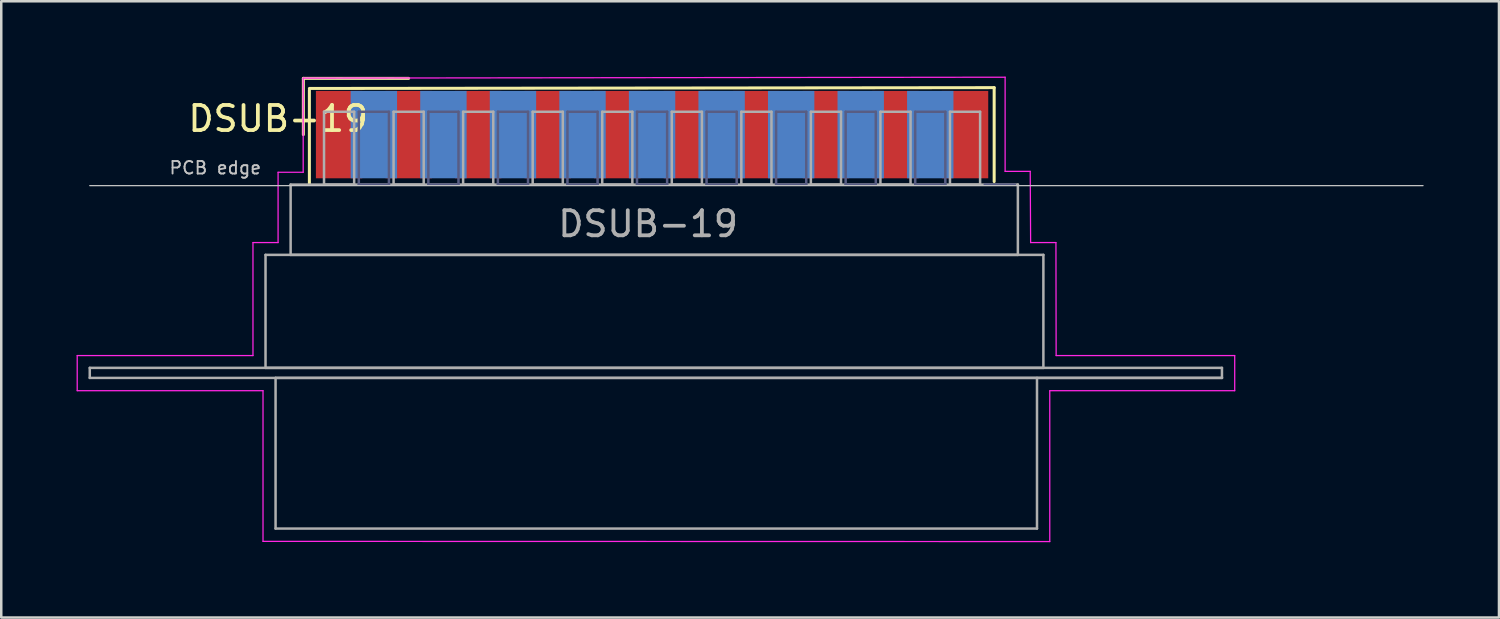
<source format=kicad_pcb>
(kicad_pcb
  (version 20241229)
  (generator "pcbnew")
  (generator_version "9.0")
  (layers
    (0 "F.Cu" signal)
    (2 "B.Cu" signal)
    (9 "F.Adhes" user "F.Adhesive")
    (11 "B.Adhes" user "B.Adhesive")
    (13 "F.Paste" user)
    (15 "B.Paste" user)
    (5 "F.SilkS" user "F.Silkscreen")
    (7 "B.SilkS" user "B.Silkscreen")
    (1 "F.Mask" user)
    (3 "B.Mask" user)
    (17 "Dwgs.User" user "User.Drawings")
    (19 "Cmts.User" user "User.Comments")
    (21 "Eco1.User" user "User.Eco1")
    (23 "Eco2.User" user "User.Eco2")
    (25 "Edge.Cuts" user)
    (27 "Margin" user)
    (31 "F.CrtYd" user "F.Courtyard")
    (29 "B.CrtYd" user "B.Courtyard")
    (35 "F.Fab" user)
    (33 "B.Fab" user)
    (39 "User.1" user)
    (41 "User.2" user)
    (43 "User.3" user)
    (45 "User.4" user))
  (footprint "DSUB-19"
    (layer "F.Cu")
    (at 27.075 2.311)
    (property "Reference" "DSUB-19" (at -19.045 -0.635 0) (layer "F.SilkS") (effects (font (size 1 1) (thickness 0.15))))
    (attr smd)
    (fp_line (start -18.043 -2.24) (end -13.85 -2.24) (stroke (width 0.12) (type solid)) (layer "F.SilkS"))
    (fp_line (start -18.043 0) (end -18.043 -2.24) (stroke (width 0.12) (type solid)) (layer "F.SilkS"))
    (fp_line (start -17.803 -1.778) (end -17.803 1.962) (stroke (width 0.12) (type solid)) (layer "F.SilkS"))
    (fp_line (start 9.47 -1.87) (end -17.803 -1.838) (stroke (width 0.12) (type solid)) (layer "F.SilkS"))
    (fp_line (start 9.47 1.87) (end 9.47 -1.87) (stroke (width 0.12) (type solid)) (layer "F.SilkS"))
    (fp_line (start -26.55 2.032) (end 26.55 2.032) (stroke (width 0.05) (type solid)) (layer "Dwgs.User"))
    (fp_line (start -27.05 8.8) (end -20.05 8.8) (stroke (width 0.05) (type solid)) (layer "F.CrtYd"))
    (fp_line (start -27.05 10.2) (end -27.05 8.8) (stroke (width 0.05) (type solid)) (layer "F.CrtYd"))
    (fp_line (start -20.05 4.3) (end -19.05 4.3) (stroke (width 0.05) (type solid)) (layer "F.CrtYd"))
    (fp_line (start -20.05 8.8) (end -20.05 4.3) (stroke (width 0.05) (type solid)) (layer "F.CrtYd"))
    (fp_line (start -19.65 10.2) (end -27.05 10.2) (stroke (width 0.05) (type solid)) (layer "F.CrtYd"))
    (fp_line (start -19.65 16.2) (end -19.65 10.2) (stroke (width 0.05) (type solid)) (layer "F.CrtYd"))
    (fp_line (start -19.05 1.5) (end -18.05 1.5) (stroke (width 0.05) (type solid)) (layer "F.CrtYd"))
    (fp_line (start -19.05 4.3) (end -19.05 1.5) (stroke (width 0.05) (type solid)) (layer "F.CrtYd"))
    (fp_line (start -18.05 -2.25) (end 9.906 -2.286) (stroke (width 0.05) (type solid)) (layer "F.CrtYd"))
    (fp_line (start -18.05 1.5) (end -18.05 -2.25) (stroke (width 0.05) (type solid)) (layer "F.CrtYd"))
    (fp_line (start 9.906 -2.286) (end 9.906 1.464) (stroke (width 0.05) (type solid)) (layer "F.CrtYd"))
    (fp_line (start 9.906 1.464) (end 10.906 1.464) (stroke (width 0.05) (type solid)) (layer "F.CrtYd"))
    (fp_line (start 10.906 1.464) (end 10.922 4.3) (stroke (width 0.05) (type solid)) (layer "F.CrtYd"))
    (fp_line (start 10.922 4.3) (end 11.93 4.3) (stroke (width 0.05) (type solid)) (layer "F.CrtYd"))
    (fp_line (start 11.684 10.208) (end 11.684 16.208) (stroke (width 0.05) (type solid)) (layer "F.CrtYd"))
    (fp_line (start 11.684 16.208) (end -19.65 16.2) (stroke (width 0.05) (type solid)) (layer "F.CrtYd"))
    (fp_line (start 11.93 4.3) (end 11.938 8.8) (stroke (width 0.05) (type solid)) (layer "F.CrtYd"))
    (fp_line (start 11.938 8.8) (end 19.05 8.8) (stroke (width 0.05) (type solid)) (layer "F.CrtYd"))
    (fp_line (start 19.05 8.8) (end 19.05 10.2) (stroke (width 0.05) (type solid)) (layer "F.CrtYd"))
    (fp_line (start 19.05 10.2) (end 11.684 10.2) (stroke (width 0.05) (type solid)) (layer "F.CrtYd"))
    (fp_line (start -15.835 -0.91) (end -15.835 1.99) (stroke (width 0.1) (type solid)) (layer "B.Fab"))
    (fp_line (start -15.835 1.99) (end -14.635 1.99) (stroke (width 0.1) (type solid)) (layer "B.Fab"))
    (fp_line (start -14.635 -0.91) (end -15.835 -0.91) (stroke (width 0.1) (type solid)) (layer "B.Fab"))
    (fp_line (start -14.635 1.99) (end -14.635 -0.91) (stroke (width 0.1) (type solid)) (layer "B.Fab"))
    (fp_line (start -13.065 -0.91) (end -13.065 1.99) (stroke (width 0.1) (type solid)) (layer "B.Fab"))
    (fp_line (start -13.065 1.99) (end -11.865 1.99) (stroke (width 0.1) (type solid)) (layer "B.Fab"))
    (fp_line (start -11.865 -0.91) (end -13.065 -0.91) (stroke (width 0.1) (type solid)) (layer "B.Fab"))
    (fp_line (start -11.865 1.99) (end -11.865 -0.91) (stroke (width 0.1) (type solid)) (layer "B.Fab"))
    (fp_line (start -10.295 -0.91) (end -10.295 1.99) (stroke (width 0.1) (type solid)) (layer "B.Fab"))
    (fp_line (start -10.295 1.99) (end -9.095 1.99) (stroke (width 0.1) (type solid)) (layer "B.Fab"))
    (fp_line (start -9.095 -0.91) (end -10.295 -0.91) (stroke (width 0.1) (type solid)) (layer "B.Fab"))
    (fp_line (start -9.095 1.99) (end -9.095 -0.91) (stroke (width 0.1) (type solid)) (layer "B.Fab"))
    (fp_line (start -7.525 -0.91) (end -7.525 1.99) (stroke (width 0.1) (type solid)) (layer "B.Fab"))
    (fp_line (start -7.525 1.99) (end -6.325 1.99) (stroke (width 0.1) (type solid)) (layer "B.Fab"))
    (fp_line (start -6.325 -0.91) (end -7.525 -0.91) (stroke (width 0.1) (type solid)) (layer "B.Fab"))
    (fp_line (start -6.325 1.99) (end -6.325 -0.91) (stroke (width 0.1) (type solid)) (layer "B.Fab"))
    (fp_line (start -4.755 -0.91) (end -4.755 1.99) (stroke (width 0.1) (type solid)) (layer "B.Fab"))
    (fp_line (start -4.755 1.99) (end -3.555 1.99) (stroke (width 0.1) (type solid)) (layer "B.Fab"))
    (fp_line (start -3.555 -0.91) (end -4.755 -0.91) (stroke (width 0.1) (type solid)) (layer "B.Fab"))
    (fp_line (start -3.555 1.99) (end -3.555 -0.91) (stroke (width 0.1) (type solid)) (layer "B.Fab"))
    (fp_line (start -1.985 -0.91) (end -1.985 1.99) (stroke (width 0.1) (type solid)) (layer "B.Fab"))
    (fp_line (start -1.985 1.99) (end -0.785 1.99) (stroke (width 0.1) (type solid)) (layer "B.Fab"))
    (fp_line (start -0.785 -0.91) (end -1.985 -0.91) (stroke (width 0.1) (type solid)) (layer "B.Fab"))
    (fp_line (start -0.785 1.99) (end -0.785 -0.91) (stroke (width 0.1) (type solid)) (layer "B.Fab"))
    (fp_line (start 0.785 -0.91) (end 0.785 1.99) (stroke (width 0.1) (type solid)) (layer "B.Fab"))
    (fp_line (start 0.785 1.99) (end 1.985 1.99) (stroke (width 0.1) (type solid)) (layer "B.Fab"))
    (fp_line (start 1.985 -0.91) (end 0.785 -0.91) (stroke (width 0.1) (type solid)) (layer "B.Fab"))
    (fp_line (start 1.985 1.99) (end 1.985 -0.91) (stroke (width 0.1) (type solid)) (layer "B.Fab"))
    (fp_line (start 3.555 -0.91) (end 3.555 1.99) (stroke (width 0.1) (type solid)) (layer "B.Fab"))
    (fp_line (start 3.555 1.99) (end 4.755 1.99) (stroke (width 0.1) (type solid)) (layer "B.Fab"))
    (fp_line (start 4.755 -0.91) (end 3.555 -0.91) (stroke (width 0.1) (type solid)) (layer "B.Fab"))
    (fp_line (start 4.755 1.99) (end 4.755 -0.91) (stroke (width 0.1) (type solid)) (layer "B.Fab"))
    (fp_line (start 6.325 -0.91) (end 6.325 1.99) (stroke (width 0.1) (type solid)) (layer "B.Fab"))
    (fp_line (start 6.325 1.99) (end 7.525 1.99) (stroke (width 0.1) (type solid)) (layer "B.Fab"))
    (fp_line (start 7.525 -0.91) (end 6.325 -0.91) (stroke (width 0.1) (type solid)) (layer "B.Fab"))
    (fp_line (start 7.525 1.99) (end 7.525 -0.91) (stroke (width 0.1) (type solid)) (layer "B.Fab"))
    (fp_line (start 9.095 1.99) (end 10.295 1.99) (stroke (width 0.1) (type solid)) (layer "B.Fab"))
    (fp_line (start -26.55 9.29) (end -26.55 9.69) (stroke (width 0.1) (type solid)) (layer "F.Fab"))
    (fp_line (start -26.55 9.69) (end 18.542 9.69) (stroke (width 0.1) (type solid)) (layer "F.Fab"))
    (fp_line (start -19.55 4.79) (end -19.55 9.29) (stroke (width 0.1) (type solid)) (layer "F.Fab"))
    (fp_line (start -19.55 9.29) (end 11.43 9.29) (stroke (width 0.1) (type solid)) (layer "F.Fab"))
    (fp_line (start -19.15 9.69) (end -19.15 15.69) (stroke (width 0.1) (type solid)) (layer "F.Fab"))
    (fp_line (start -19.15 15.69) (end 11.176 15.69) (stroke (width 0.1) (type solid)) (layer "F.Fab"))
    (fp_line (start -18.55 1.99) (end -18.55 4.79) (stroke (width 0.1) (type solid)) (layer "F.Fab"))
    (fp_line (start -18.55 4.79) (end 10.414 4.79) (stroke (width 0.1) (type solid)) (layer "F.Fab"))
    (fp_line (start -17.22 -0.91) (end -17.22 1.99) (stroke (width 0.1) (type solid)) (layer "F.Fab"))
    (fp_line (start -17.22 1.99) (end -16.02 1.99) (stroke (width 0.1) (type solid)) (layer "F.Fab"))
    (fp_line (start -16.02 -0.91) (end -17.22 -0.91) (stroke (width 0.1) (type solid)) (layer "F.Fab"))
    (fp_line (start -16.02 1.99) (end -16.02 -0.91) (stroke (width 0.1) (type solid)) (layer "F.Fab"))
    (fp_line (start -14.45 -0.91) (end -14.45 1.99) (stroke (width 0.1) (type solid)) (layer "F.Fab"))
    (fp_line (start -14.45 1.99) (end -13.25 1.99) (stroke (width 0.1) (type solid)) (layer "F.Fab"))
    (fp_line (start -13.25 -0.91) (end -14.45 -0.91) (stroke (width 0.1) (type solid)) (layer "F.Fab"))
    (fp_line (start -13.25 1.99) (end -13.25 -0.91) (stroke (width 0.1) (type solid)) (layer "F.Fab"))
    (fp_line (start -11.68 -0.91) (end -11.68 1.99) (stroke (width 0.1) (type solid)) (layer "F.Fab"))
    (fp_line (start -11.68 1.99) (end -10.48 1.99) (stroke (width 0.1) (type solid)) (layer "F.Fab"))
    (fp_line (start -10.48 -0.91) (end -11.68 -0.91) (stroke (width 0.1) (type solid)) (layer "F.Fab"))
    (fp_line (start -10.48 1.99) (end -10.48 -0.91) (stroke (width 0.1) (type solid)) (layer "F.Fab"))
    (fp_line (start -8.91 -0.91) (end -8.91 1.99) (stroke (width 0.1) (type solid)) (layer "F.Fab"))
    (fp_line (start -8.91 1.99) (end -7.71 1.99) (stroke (width 0.1) (type solid)) (layer "F.Fab"))
    (fp_line (start -7.71 -0.91) (end -8.91 -0.91) (stroke (width 0.1) (type solid)) (layer "F.Fab"))
    (fp_line (start -7.71 1.99) (end -7.71 -0.91) (stroke (width 0.1) (type solid)) (layer "F.Fab"))
    (fp_line (start -6.14 -0.91) (end -6.14 1.99) (stroke (width 0.1) (type solid)) (layer "F.Fab"))
    (fp_line (start -6.14 1.99) (end -4.94 1.99) (stroke (width 0.1) (type solid)) (layer "F.Fab"))
    (fp_line (start -4.94 -0.91) (end -6.14 -0.91) (stroke (width 0.1) (type solid)) (layer "F.Fab"))
    (fp_line (start -4.94 1.99) (end -4.94 -0.91) (stroke (width 0.1) (type solid)) (layer "F.Fab"))
    (fp_line (start -3.37 -0.91) (end -3.37 1.99) (stroke (width 0.1) (type solid)) (layer "F.Fab"))
    (fp_line (start -3.37 1.99) (end -2.17 1.99) (stroke (width 0.1) (type solid)) (layer "F.Fab"))
    (fp_line (start -2.17 -0.91) (end -3.37 -0.91) (stroke (width 0.1) (type solid)) (layer "F.Fab"))
    (fp_line (start -2.17 1.99) (end -2.17 -0.91) (stroke (width 0.1) (type solid)) (layer "F.Fab"))
    (fp_line (start -0.6 -0.91) (end -0.6 1.99) (stroke (width 0.1) (type solid)) (layer "F.Fab"))
    (fp_line (start -0.6 1.99) (end 0.6 1.99) (stroke (width 0.1) (type solid)) (layer "F.Fab"))
    (fp_line (start 0.6 -0.91) (end -0.6 -0.91) (stroke (width 0.1) (type solid)) (layer "F.Fab"))
    (fp_line (start 0.6 1.99) (end 0.6 -0.91) (stroke (width 0.1) (type solid)) (layer "F.Fab"))
    (fp_line (start 2.17 -0.91) (end 2.17 1.99) (stroke (width 0.1) (type solid)) (layer "F.Fab"))
    (fp_line (start 2.17 1.99) (end 3.37 1.99) (stroke (width 0.1) (type solid)) (layer "F.Fab"))
    (fp_line (start 3.37 -0.91) (end 2.17 -0.91) (stroke (width 0.1) (type solid)) (layer "F.Fab"))
    (fp_line (start 3.37 1.99) (end 3.37 -0.91) (stroke (width 0.1) (type solid)) (layer "F.Fab"))
    (fp_line (start 4.94 -0.91) (end 4.94 1.99) (stroke (width 0.1) (type solid)) (layer "F.Fab"))
    (fp_line (start 4.94 1.99) (end 6.14 1.99) (stroke (width 0.1) (type solid)) (layer "F.Fab"))
    (fp_line (start 6.14 -0.91) (end 4.94 -0.91) (stroke (width 0.1) (type solid)) (layer "F.Fab"))
    (fp_line (start 6.14 1.99) (end 6.14 -0.91) (stroke (width 0.1) (type solid)) (layer "F.Fab"))
    (fp_line (start 7.71 -0.91) (end 7.71 1.99) (stroke (width 0.1) (type solid)) (layer "F.Fab"))
    (fp_line (start 7.71 1.99) (end 8.91 1.99) (stroke (width 0.1) (type solid)) (layer "F.Fab"))
    (fp_line (start 8.91 -0.91) (end 7.71 -0.91) (stroke (width 0.1) (type solid)) (layer "F.Fab"))
    (fp_line (start 8.91 1.99) (end 8.91 -0.91) (stroke (width 0.1) (type solid)) (layer "F.Fab"))
    (fp_line (start 10.414 1.99) (end -18.55 1.99) (stroke (width 0.1) (type solid)) (layer "F.Fab"))
    (fp_line (start 10.414 4.79) (end 10.414 1.99) (stroke (width 0.1) (type solid)) (layer "F.Fab"))
    (fp_line (start 11.176 15.69) (end 11.176 9.69) (stroke (width 0.1) (type solid)) (layer "F.Fab"))
    (fp_line (start 11.43 4.79) (end -19.55 4.79) (stroke (width 0.1) (type solid)) (layer "F.Fab"))
    (fp_line (start 11.43 9.29) (end 11.43 4.79) (stroke (width 0.1) (type solid)) (layer "F.Fab"))
    (fp_line (start 18.542 9.29) (end -26.55 9.29) (stroke (width 0.1) (type solid)) (layer "F.Fab"))
    (fp_line (start 18.542 9.69) (end -19.15 9.69) (stroke (width 0.1) (type solid)) (layer "F.Fab"))
    (fp_line (start 18.542 9.69) (end 18.542 9.29) (stroke (width 0.1) (type solid)) (layer "F.Fab"))
    (fp_text user "PCB edge" (at -21.55 1.323 0) (layer "Dwgs.User") (effects (font (size 0.5 0.5) (thickness 0.075))))
    (fp_text user "${REFERENCE}" (at -4.313 3.556 0) (layer "F.Fab") (effects (font (size 1 1) (thickness 0.15))))
    (pad "1" smd rect (at -16.62 0) (size 1.847 3.48) (layers "F.Cu" "F.Mask" "F.Paste"))
    (pad "2" smd rect (at -13.85 0) (size 1.847 3.48) (layers "F.Cu" "F.Mask" "F.Paste"))
    (pad "3" smd rect (at -11.08 0) (size 1.847 3.48) (layers "F.Cu" "F.Mask" "F.Paste"))
    (pad "4" smd rect (at -8.31 0) (size 1.847 3.48) (layers "F.Cu" "F.Mask" "F.Paste"))
    (pad "5" smd rect (at -5.54 0) (size 1.847 3.48) (layers "F.Cu" "F.Mask" "F.Paste"))
    (pad "6" smd rect (at -2.77 0) (size 1.847 3.48) (layers "F.Cu" "F.Mask" "F.Paste"))
    (pad "7" smd rect (at 0 0) (size 1.847 3.48) (layers "F.Cu" "F.Mask" "F.Paste"))
    (pad "8" smd rect (at 2.77 0) (size 1.847 3.48) (layers "F.Cu" "F.Mask" "F.Paste"))
    (pad "9" smd rect (at 5.54 0) (size 1.847 3.48) (layers "F.Cu" "F.Mask" "F.Paste"))
    (pad "10" smd rect (at 8.31 0) (size 1.847 3.48) (layers "F.Cu" "F.Mask" "F.Paste"))
    (pad "11" smd rect (at -15.235 0) (size 1.847 3.48) (layers "B.Cu" "B.Mask" "B.Paste"))
    (pad "12" smd rect (at -12.465 0) (size 1.847 3.48) (layers "B.Cu" "B.Mask" "B.Paste"))
    (pad "13" smd rect (at -9.695 0) (size 1.847 3.48) (layers "B.Cu" "B.Mask" "B.Paste"))
    (pad "14" smd rect (at -6.925 0) (size 1.847 3.48) (layers "B.Cu" "B.Mask" "B.Paste"))
    (pad "15" smd rect (at -4.155 0) (size 1.847 3.48) (layers "B.Cu" "B.Mask" "B.Paste"))
    (pad "16" smd rect (at -1.385 0) (size 1.847 3.48) (layers "B.Cu" "B.Mask" "B.Paste"))
    (pad "17" smd rect (at 1.385 0) (size 1.847 3.48) (layers "B.Cu" "B.Mask" "B.Paste"))
    (pad "18" smd rect (at 4.155 0) (size 1.847 3.48) (layers "B.Cu" "B.Mask" "B.Paste"))
    (pad "19" smd rect (at 6.925 0) (size 1.847 3.48) (layers "B.Cu" "B.Mask" "B.Paste")))
  (gr_rect
    (start -3 -3)
    (end 56.65 21.544)
    (stroke (width 0.1) (type default))
    (fill no)
    (layer "Edge.Cuts")))
</source>
